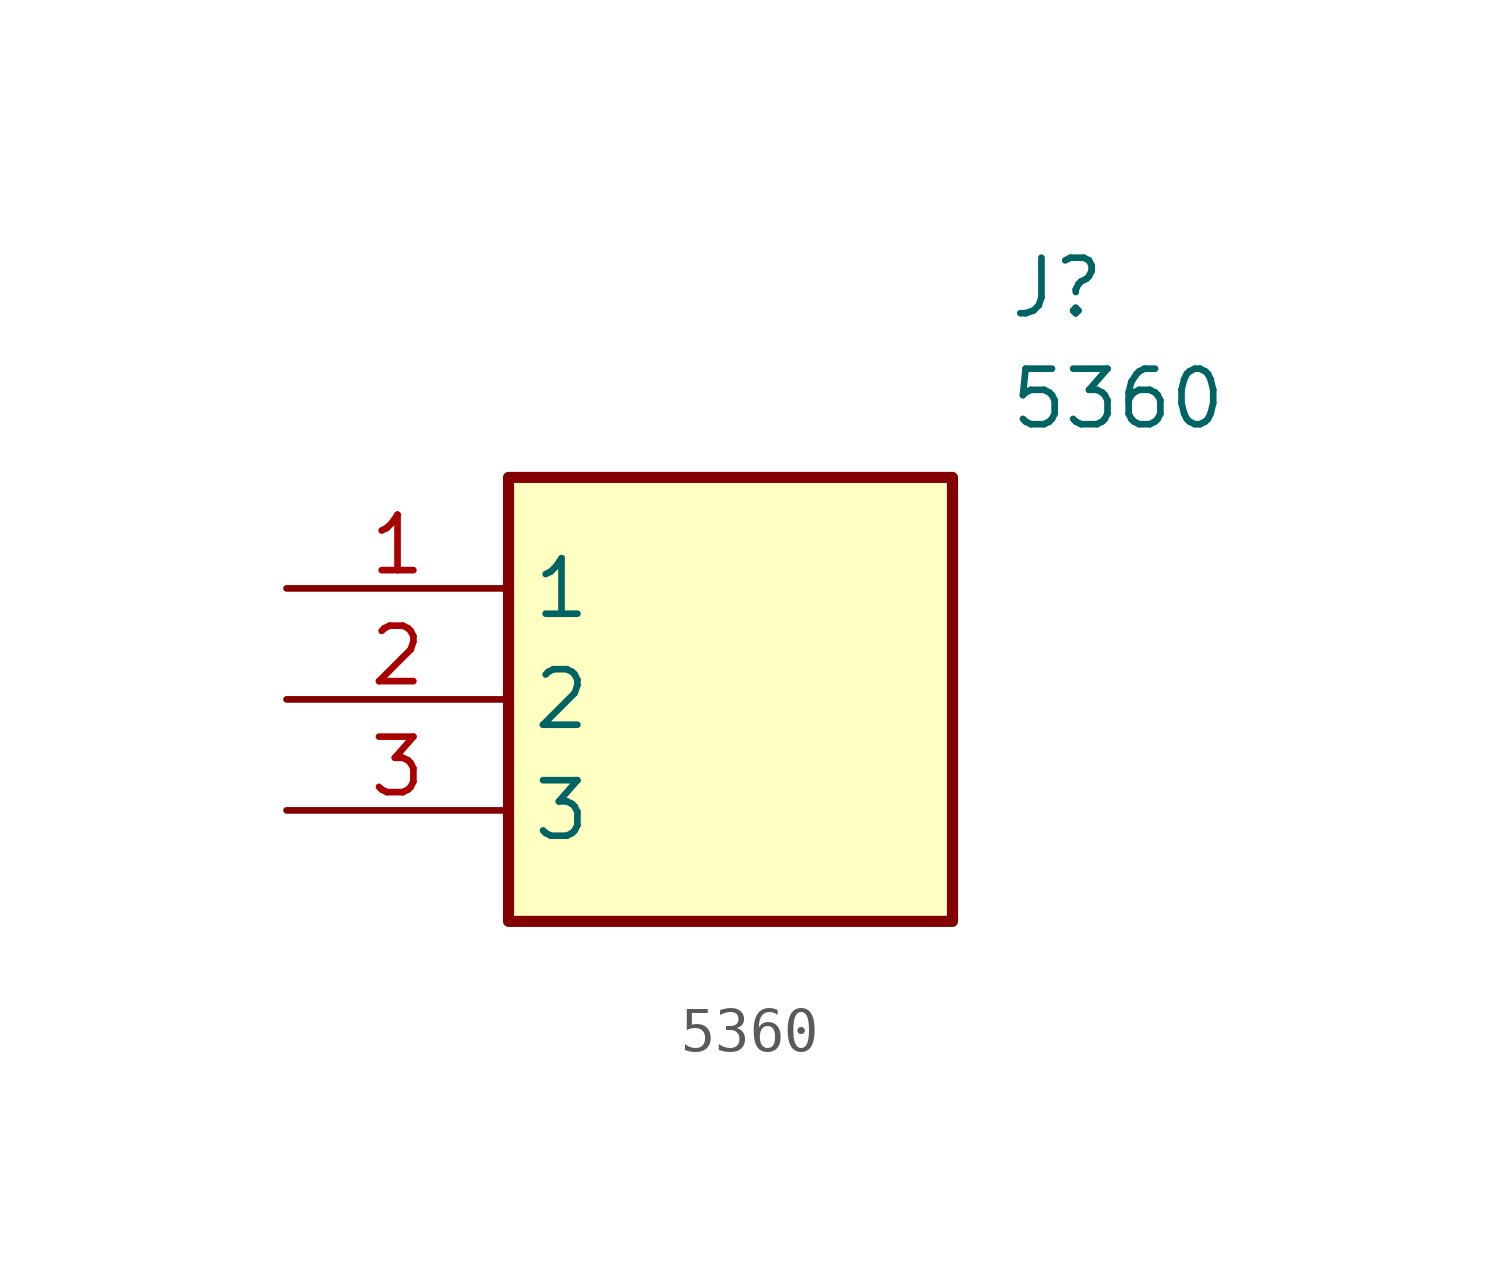
<source format=kicad_sym>
(kicad_symbol_lib
  (version 20211014)
  (generator SamacSys_ECAD_Model)
  (symbol "5360"
    (property "Reference" "J"
      (at 16.51 7.62 0)
      (effects (font (size 1.27 1.27)) (justify left top)))
    (property "Value" "5360"
      (at 16.51 5.08 0)
      (effects (font (size 1.27 1.27)) (justify left top)))
    (rectangle
      (start 5.08 2.54)
      (end 15.24 -7.62)
      (stroke (width 0.254) (type default))
      (fill (type background)))
    (pin passive line
      (at 0 0 0)
      (length 5.08)
      (name "1" (effects (font (size 1.27 1.27))))
      (number "1" (effects (font (size 1.27 1.27)))))
    (pin passive line
      (at 0 -2.54 0)
      (length 5.08)
      (name "2" (effects (font (size 1.27 1.27))))
      (number "2" (effects (font (size 1.27 1.27)))))
    (pin passive line
      (at 0 -5.08 0)
      (length 5.08)
      (name "3" (effects (font (size 1.27 1.27))))
      (number "3" (effects (font (size 1.27 1.27)))))))
</source>
